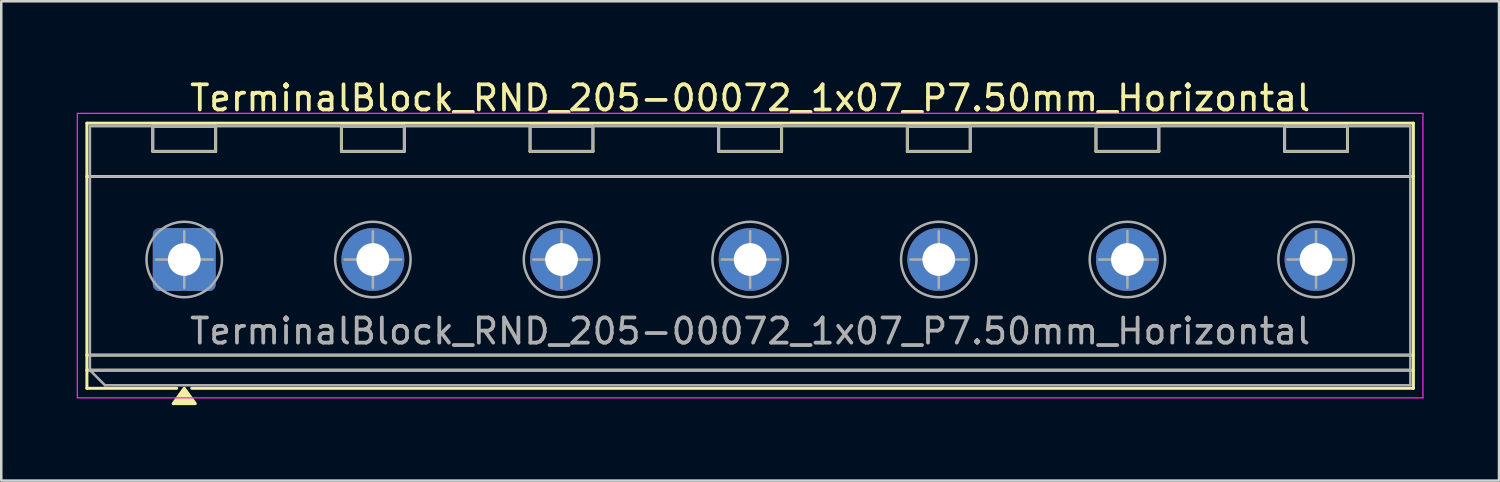
<source format=kicad_pcb>
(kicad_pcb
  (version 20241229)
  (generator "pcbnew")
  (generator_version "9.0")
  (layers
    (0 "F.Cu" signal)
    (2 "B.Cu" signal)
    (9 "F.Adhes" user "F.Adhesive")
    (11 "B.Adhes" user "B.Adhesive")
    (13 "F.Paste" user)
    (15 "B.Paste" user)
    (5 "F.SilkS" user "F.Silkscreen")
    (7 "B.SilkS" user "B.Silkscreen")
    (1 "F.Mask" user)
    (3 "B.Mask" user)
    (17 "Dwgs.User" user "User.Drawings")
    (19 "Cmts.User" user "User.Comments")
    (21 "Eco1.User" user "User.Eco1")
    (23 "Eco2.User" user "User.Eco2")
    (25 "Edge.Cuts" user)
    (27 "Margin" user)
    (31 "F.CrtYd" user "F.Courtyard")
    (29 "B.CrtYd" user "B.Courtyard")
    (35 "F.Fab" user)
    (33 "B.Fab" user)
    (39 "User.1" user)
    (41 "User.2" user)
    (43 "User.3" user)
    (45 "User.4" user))
  (footprint "TerminalBlock_RND_205-00072_1x07_P7.50mm_Horizontal"
    (layer "F.Cu")
    (at 4.275 7.268)
    (property "Reference" "TerminalBlock_RND_205-00072_1x07_P7.50mm_Horizontal" (at 22.5 -6.42 0) (layer "F.SilkS") (effects (font (size 1 1) (thickness 0.15))))
    (attr through_hole)
    (fp_line (start -3.87 -5.42) (end 48.87 -5.42) (stroke (width 0.12) (type solid)) (layer "F.SilkS"))
    (fp_line (start -3.87 -3.3) (end 48.87 -3.3) (stroke (width 0.12) (type solid)) (layer "F.SilkS"))
    (fp_line (start -3.87 3.8) (end 48.87 3.8) (stroke (width 0.12) (type solid)) (layer "F.SilkS"))
    (fp_line (start -3.87 4.4) (end 48.87 4.4) (stroke (width 0.12) (type solid)) (layer "F.SilkS"))
    (fp_line (start -3.87 5.12) (end -3.87 -5.42) (stroke (width 0.12) (type solid)) (layer "F.SilkS"))
    (fp_line (start -1.25 -5.3) (end 1.25 -5.3) (stroke (width 0.12) (type solid)) (layer "F.SilkS"))
    (fp_line (start -1.25 -4.3) (end -1.25 -5.3) (stroke (width 0.12) (type solid)) (layer "F.SilkS"))
    (fp_line (start -0.3 5.12) (end -3.87 5.12) (stroke (width 0.12) (type solid)) (layer "F.SilkS"))
    (fp_line (start 1.25 -5.3) (end 1.25 -4.3) (stroke (width 0.12) (type solid)) (layer "F.SilkS"))
    (fp_line (start 1.25 -4.3) (end -1.25 -4.3) (stroke (width 0.12) (type solid)) (layer "F.SilkS"))
    (fp_line (start 6.25 -5.3) (end 8.75 -5.3) (stroke (width 0.12) (type solid)) (layer "F.SilkS"))
    (fp_line (start 6.25 -4.3) (end 6.25 -5.3) (stroke (width 0.12) (type solid)) (layer "F.SilkS"))
    (fp_line (start 8.75 -5.3) (end 8.75 -4.3) (stroke (width 0.12) (type solid)) (layer "F.SilkS"))
    (fp_line (start 8.75 -4.3) (end 6.25 -4.3) (stroke (width 0.12) (type solid)) (layer "F.SilkS"))
    (fp_line (start 13.75 -5.3) (end 16.25 -5.3) (stroke (width 0.12) (type solid)) (layer "F.SilkS"))
    (fp_line (start 13.75 -4.3) (end 13.75 -5.3) (stroke (width 0.12) (type solid)) (layer "F.SilkS"))
    (fp_line (start 16.25 -5.3) (end 16.25 -4.3) (stroke (width 0.12) (type solid)) (layer "F.SilkS"))
    (fp_line (start 16.25 -4.3) (end 13.75 -4.3) (stroke (width 0.12) (type solid)) (layer "F.SilkS"))
    (fp_line (start 21.25 -5.3) (end 23.75 -5.3) (stroke (width 0.12) (type solid)) (layer "F.SilkS"))
    (fp_line (start 21.25 -4.3) (end 21.25 -5.3) (stroke (width 0.12) (type solid)) (layer "F.SilkS"))
    (fp_line (start 23.75 -5.3) (end 23.75 -4.3) (stroke (width 0.12) (type solid)) (layer "F.SilkS"))
    (fp_line (start 23.75 -4.3) (end 21.25 -4.3) (stroke (width 0.12) (type solid)) (layer "F.SilkS"))
    (fp_line (start 28.75 -5.3) (end 31.25 -5.3) (stroke (width 0.12) (type solid)) (layer "F.SilkS"))
    (fp_line (start 28.75 -4.3) (end 28.75 -5.3) (stroke (width 0.12) (type solid)) (layer "F.SilkS"))
    (fp_line (start 31.25 -5.3) (end 31.25 -4.3) (stroke (width 0.12) (type solid)) (layer "F.SilkS"))
    (fp_line (start 31.25 -4.3) (end 28.75 -4.3) (stroke (width 0.12) (type solid)) (layer "F.SilkS"))
    (fp_line (start 36.25 -5.3) (end 38.75 -5.3) (stroke (width 0.12) (type solid)) (layer "F.SilkS"))
    (fp_line (start 36.25 -4.3) (end 36.25 -5.3) (stroke (width 0.12) (type solid)) (layer "F.SilkS"))
    (fp_line (start 38.75 -5.3) (end 38.75 -4.3) (stroke (width 0.12) (type solid)) (layer "F.SilkS"))
    (fp_line (start 38.75 -4.3) (end 36.25 -4.3) (stroke (width 0.12) (type solid)) (layer "F.SilkS"))
    (fp_line (start 43.75 -5.3) (end 46.25 -5.3) (stroke (width 0.12) (type solid)) (layer "F.SilkS"))
    (fp_line (start 43.75 -4.3) (end 43.75 -5.3) (stroke (width 0.12) (type solid)) (layer "F.SilkS"))
    (fp_line (start 46.25 -5.3) (end 46.25 -4.3) (stroke (width 0.12) (type solid)) (layer "F.SilkS"))
    (fp_line (start 46.25 -4.3) (end 43.75 -4.3) (stroke (width 0.12) (type solid)) (layer "F.SilkS"))
    (fp_line (start 48.87 -5.42) (end 48.87 5.12) (stroke (width 0.12) (type solid)) (layer "F.SilkS"))
    (fp_line (start 48.87 5.12) (end 0.3 5.12) (stroke (width 0.12) (type solid)) (layer "F.SilkS"))
    (fp_poly (pts (xy 0 5.12) (xy 0.44 5.73) (xy -0.44 5.73)) (stroke (width 0.12) (type solid)) (fill yes) (layer "F.SilkS"))
    (fp_line (start -4.25 -5.81) (end -4.25 5.5) (stroke (width 0.05) (type solid)) (layer "F.CrtYd"))
    (fp_line (start -4.25 5.5) (end 49.25 5.5) (stroke (width 0.05) (type solid)) (layer "F.CrtYd"))
    (fp_line (start 49.25 -5.81) (end -4.25 -5.81) (stroke (width 0.05) (type solid)) (layer "F.CrtYd"))
    (fp_line (start 49.25 5.5) (end 49.25 -5.81) (stroke (width 0.05) (type solid)) (layer "F.CrtYd"))
    (fp_line (start -3.75 -5.3) (end 48.75 -5.3) (stroke (width 0.1) (type solid)) (layer "F.Fab"))
    (fp_line (start -3.75 -3.3) (end 48.75 -3.3) (stroke (width 0.1) (type solid)) (layer "F.Fab"))
    (fp_line (start -3.75 3.8) (end 48.75 3.8) (stroke (width 0.1) (type solid)) (layer "F.Fab"))
    (fp_line (start -3.75 4.4) (end -3.75 -5.3) (stroke (width 0.1) (type solid)) (layer "F.Fab"))
    (fp_line (start -3.75 4.4) (end 48.75 4.4) (stroke (width 0.1) (type solid)) (layer "F.Fab"))
    (fp_line (start -3.15 5) (end -3.75 4.4) (stroke (width 0.1) (type solid)) (layer "F.Fab"))
    (fp_line (start -1.25 -5.3) (end -1.25 -4.3) (stroke (width 0.1) (type solid)) (layer "F.Fab"))
    (fp_line (start -1.25 -4.3) (end 1.25 -4.3) (stroke (width 0.1) (type solid)) (layer "F.Fab"))
    (fp_line (start -1.125 0) (end 1.125 0) (stroke (width 0.1) (type solid)) (layer "F.Fab"))
    (fp_line (start 0 -1.125) (end 0 1.125) (stroke (width 0.1) (type solid)) (layer "F.Fab"))
    (fp_line (start 1.25 -5.3) (end -1.25 -5.3) (stroke (width 0.1) (type solid)) (layer "F.Fab"))
    (fp_line (start 1.25 -4.3) (end 1.25 -5.3) (stroke (width 0.1) (type solid)) (layer "F.Fab"))
    (fp_line (start 6.25 -5.3) (end 6.25 -4.3) (stroke (width 0.1) (type solid)) (layer "F.Fab"))
    (fp_line (start 6.25 -4.3) (end 8.75 -4.3) (stroke (width 0.1) (type solid)) (layer "F.Fab"))
    (fp_line (start 6.375 0) (end 8.625 0) (stroke (width 0.1) (type solid)) (layer "F.Fab"))
    (fp_line (start 7.5 -1.125) (end 7.5 1.125) (stroke (width 0.1) (type solid)) (layer "F.Fab"))
    (fp_line (start 8.75 -5.3) (end 6.25 -5.3) (stroke (width 0.1) (type solid)) (layer "F.Fab"))
    (fp_line (start 8.75 -4.3) (end 8.75 -5.3) (stroke (width 0.1) (type solid)) (layer "F.Fab"))
    (fp_line (start 13.75 -5.3) (end 13.75 -4.3) (stroke (width 0.1) (type solid)) (layer "F.Fab"))
    (fp_line (start 13.75 -4.3) (end 16.25 -4.3) (stroke (width 0.1) (type solid)) (layer "F.Fab"))
    (fp_line (start 13.875 0) (end 16.125 0) (stroke (width 0.1) (type solid)) (layer "F.Fab"))
    (fp_line (start 15 -1.125) (end 15 1.125) (stroke (width 0.1) (type solid)) (layer "F.Fab"))
    (fp_line (start 16.25 -5.3) (end 13.75 -5.3) (stroke (width 0.1) (type solid)) (layer "F.Fab"))
    (fp_line (start 16.25 -4.3) (end 16.25 -5.3) (stroke (width 0.1) (type solid)) (layer "F.Fab"))
    (fp_line (start 21.25 -5.3) (end 21.25 -4.3) (stroke (width 0.1) (type solid)) (layer "F.Fab"))
    (fp_line (start 21.25 -4.3) (end 23.75 -4.3) (stroke (width 0.1) (type solid)) (layer "F.Fab"))
    (fp_line (start 21.375 0) (end 23.625 0) (stroke (width 0.1) (type solid)) (layer "F.Fab"))
    (fp_line (start 22.5 -1.125) (end 22.5 1.125) (stroke (width 0.1) (type solid)) (layer "F.Fab"))
    (fp_line (start 23.75 -5.3) (end 21.25 -5.3) (stroke (width 0.1) (type solid)) (layer "F.Fab"))
    (fp_line (start 23.75 -4.3) (end 23.75 -5.3) (stroke (width 0.1) (type solid)) (layer "F.Fab"))
    (fp_line (start 28.75 -5.3) (end 28.75 -4.3) (stroke (width 0.1) (type solid)) (layer "F.Fab"))
    (fp_line (start 28.75 -4.3) (end 31.25 -4.3) (stroke (width 0.1) (type solid)) (layer "F.Fab"))
    (fp_line (start 28.875 0) (end 31.125 0) (stroke (width 0.1) (type solid)) (layer "F.Fab"))
    (fp_line (start 30 -1.125) (end 30 1.125) (stroke (width 0.1) (type solid)) (layer "F.Fab"))
    (fp_line (start 31.25 -5.3) (end 28.75 -5.3) (stroke (width 0.1) (type solid)) (layer "F.Fab"))
    (fp_line (start 31.25 -4.3) (end 31.25 -5.3) (stroke (width 0.1) (type solid)) (layer "F.Fab"))
    (fp_line (start 36.25 -5.3) (end 36.25 -4.3) (stroke (width 0.1) (type solid)) (layer "F.Fab"))
    (fp_line (start 36.25 -4.3) (end 38.75 -4.3) (stroke (width 0.1) (type solid)) (layer "F.Fab"))
    (fp_line (start 36.375 0) (end 38.625 0) (stroke (width 0.1) (type solid)) (layer "F.Fab"))
    (fp_line (start 37.5 -1.125) (end 37.5 1.125) (stroke (width 0.1) (type solid)) (layer "F.Fab"))
    (fp_line (start 38.75 -5.3) (end 36.25 -5.3) (stroke (width 0.1) (type solid)) (layer "F.Fab"))
    (fp_line (start 38.75 -4.3) (end 38.75 -5.3) (stroke (width 0.1) (type solid)) (layer "F.Fab"))
    (fp_line (start 43.75 -5.3) (end 43.75 -4.3) (stroke (width 0.1) (type solid)) (layer "F.Fab"))
    (fp_line (start 43.75 -4.3) (end 46.25 -4.3) (stroke (width 0.1) (type solid)) (layer "F.Fab"))
    (fp_line (start 43.875 0) (end 46.125 0) (stroke (width 0.1) (type solid)) (layer "F.Fab"))
    (fp_line (start 45 -1.125) (end 45 1.125) (stroke (width 0.1) (type solid)) (layer "F.Fab"))
    (fp_line (start 46.25 -5.3) (end 43.75 -5.3) (stroke (width 0.1) (type solid)) (layer "F.Fab"))
    (fp_line (start 46.25 -4.3) (end 46.25 -5.3) (stroke (width 0.1) (type solid)) (layer "F.Fab"))
    (fp_line (start 48.75 -5.3) (end 48.75 5) (stroke (width 0.1) (type solid)) (layer "F.Fab"))
    (fp_line (start 48.75 5) (end -3.15 5) (stroke (width 0.1) (type solid)) (layer "F.Fab"))
    (fp_circle (center 0 0) (end 1.5 0) (stroke (width 0.1) (type solid)) (fill no) (layer "F.Fab"))
    (fp_circle (center 7.5 0) (end 9 0) (stroke (width 0.1) (type solid)) (fill no) (layer "F.Fab"))
    (fp_circle (center 15 0) (end 16.5 0) (stroke (width 0.1) (type solid)) (fill no) (layer "F.Fab"))
    (fp_circle (center 22.5 0) (end 24 0) (stroke (width 0.1) (type solid)) (fill no) (layer "F.Fab"))
    (fp_circle (center 30 0) (end 31.5 0) (stroke (width 0.1) (type solid)) (fill no) (layer "F.Fab"))
    (fp_circle (center 37.5 0) (end 39 0) (stroke (width 0.1) (type solid)) (fill no) (layer "F.Fab"))
    (fp_circle (center 45 0) (end 46.5 0) (stroke (width 0.1) (type solid)) (fill no) (layer "F.Fab"))
    (fp_text user "${REFERENCE}" (at 22.5 2.85 0) (layer "F.Fab") (effects (font (size 1 1) (thickness 0.15))))
    (pad "1" thru_hole roundrect (at 0 0) (size 2.5 2.5) (drill 1.3) (layers "*.Cu" "*.Mask") (roundrect_rratio 0.1))
    (pad "2" thru_hole circle (at 7.5 0) (size 2.5 2.5) (drill 1.3) (layers "*.Cu" "*.Mask"))
    (pad "3" thru_hole circle (at 15 0) (size 2.5 2.5) (drill 1.3) (layers "*.Cu" "*.Mask"))
    (pad "4" thru_hole circle (at 22.5 0) (size 2.5 2.5) (drill 1.3) (layers "*.Cu" "*.Mask"))
    (pad "5" thru_hole circle (at 30 0) (size 2.5 2.5) (drill 1.3) (layers "*.Cu" "*.Mask"))
    (pad "6" thru_hole circle (at 37.5 0) (size 2.5 2.5) (drill 1.3) (layers "*.Cu" "*.Mask"))
    (pad "7" thru_hole circle (at 45 0) (size 2.5 2.5) (drill 1.3) (layers "*.Cu" "*.Mask")))
  (gr_rect
    (start -3 -3)
    (end 56.55 16.058)
    (stroke (width 0.1) (type default))
    (fill no)
    (layer "Edge.Cuts")))
</source>
